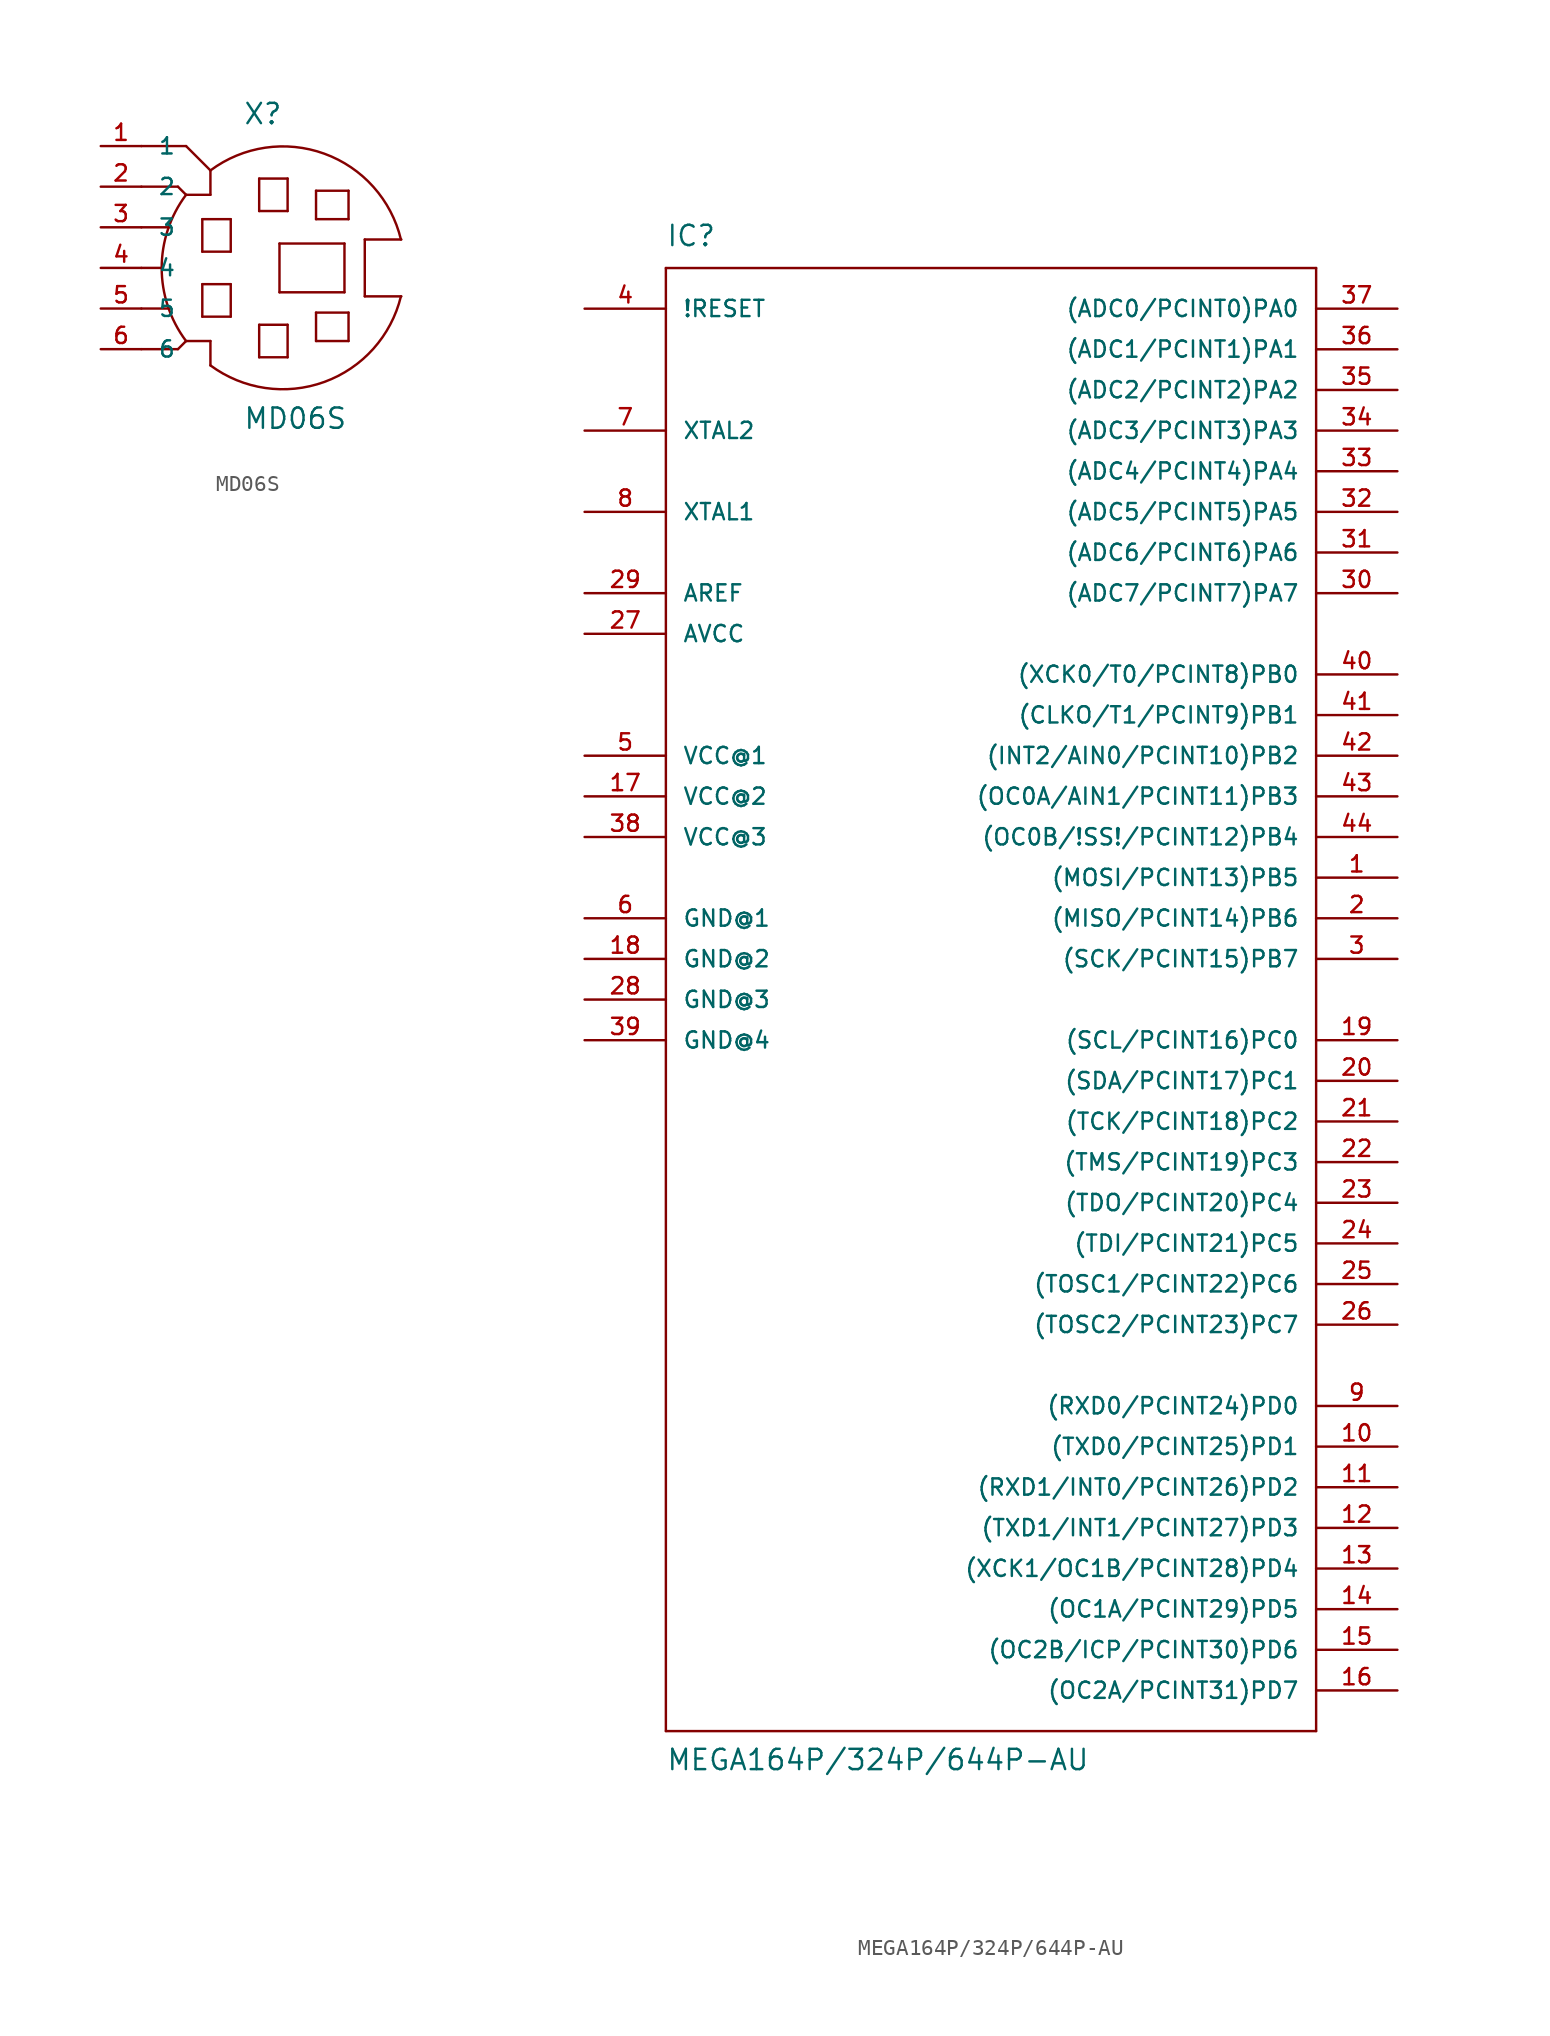
<source format=kicad_sym>
(kicad_symbol_lib
  (version 20220914)
  (generator kicad_symbol_editor)
  (symbol "MD06S"
    (pin_names
      (offset 1.016))
    (property "Reference" "X"
      (at -1.27 8.89 0)
      (effects (font (size 1.27 1.27)) (justify left bottom)))
    (property "Value" "MD06S"
      (at -1.27 -10.16 0)
      (effects (font (size 1.27 1.27)) (justify left bottom)))
    (property "Datasheet" ""
      (at 0 0 0)
      (effects (font (size 1.524 1.524))))
    (property "ki_locked" ""
      (at 0 0 0)
      (effects (font (size 1.27 1.27))))
    (symbol "MD06S_1_0"
      (polyline (pts (xy -7.62 -5.08) (xy -5.334 -5.08)) (stroke (width 0) (type solid)) (fill (type none)))
      (polyline (pts (xy -7.62 -2.54) (xy -5.842 -2.54)) (stroke (width 0) (type solid)) (fill (type none)))
      (polyline (pts (xy -7.62 0) (xy -6.35 0)) (stroke (width 0) (type solid)) (fill (type none)))
      (polyline (pts (xy -7.62 2.54) (xy -5.842 2.54)) (stroke (width 0) (type solid)) (fill (type none)))
      (polyline (pts (xy -7.62 5.08) (xy -5.334 5.08)) (stroke (width 0) (type solid)) (fill (type none)))
      (polyline (pts (xy -7.62 7.62) (xy -4.826 7.62)) (stroke (width 0) (type solid)) (fill (type none)))
      (polyline (pts (xy -5.334 -5.08) (xy -4.826 -4.572)) (stroke (width 0) (type solid)) (fill (type none)))
      (polyline (pts (xy -5.334 5.08) (xy -4.826 4.572)) (stroke (width 0) (type solid)) (fill (type none)))
      (polyline (pts (xy -4.826 -4.572) (xy -3.302 -4.572)) (stroke (width 0) (type solid)) (fill (type none)))
      (polyline (pts (xy -4.826 7.62) (xy -3.302 6.096)) (stroke (width 0) (type solid)) (fill (type none)))
      (polyline (pts (xy -3.81 -3.048) (xy -3.81 -1.016)) (stroke (width 0) (type solid)) (fill (type none)))
      (polyline (pts (xy -3.81 -1.016) (xy -2.032 -1.016)) (stroke (width 0) (type solid)) (fill (type none)))
      (polyline (pts (xy -3.81 1.016) (xy -3.81 3.048)) (stroke (width 0) (type solid)) (fill (type none)))
      (polyline (pts (xy -3.81 3.048) (xy -2.032 3.048)) (stroke (width 0) (type solid)) (fill (type none)))
      (polyline (pts (xy -3.302 -4.572) (xy -3.302 -6.096)) (stroke (width 0) (type solid)) (fill (type none)))
      (polyline (pts (xy -3.302 4.572) (xy -4.826 4.572)) (stroke (width 0) (type solid)) (fill (type none)))
      (polyline (pts (xy -3.302 6.096) (xy -3.302 4.572)) (stroke (width 0) (type solid)) (fill (type none)))
      (polyline (pts (xy -2.032 -3.048) (xy -3.81 -3.048)) (stroke (width 0) (type solid)) (fill (type none)))
      (polyline (pts (xy -2.032 -1.016) (xy -2.032 -3.048)) (stroke (width 0) (type solid)) (fill (type none)))
      (polyline (pts (xy -2.032 1.016) (xy -3.81 1.016)) (stroke (width 0) (type solid)) (fill (type none)))
      (polyline (pts (xy -2.032 3.048) (xy -2.032 1.016)) (stroke (width 0) (type solid)) (fill (type none)))
      (polyline (pts (xy -0.254 -5.588) (xy -0.254 -3.556)) (stroke (width 0) (type solid)) (fill (type none)))
      (polyline (pts (xy -0.254 -3.556) (xy 1.524 -3.556)) (stroke (width 0) (type solid)) (fill (type none)))
      (polyline (pts (xy -0.254 3.556) (xy -0.254 5.588)) (stroke (width 0) (type solid)) (fill (type none)))
      (polyline (pts (xy -0.254 5.588) (xy 1.524 5.588)) (stroke (width 0) (type solid)) (fill (type none)))
      (polyline (pts (xy 1.016 -1.524) (xy 1.016 1.524)) (stroke (width 0) (type solid)) (fill (type none)))
      (polyline (pts (xy 1.016 1.524) (xy 5.08 1.524)) (stroke (width 0) (type solid)) (fill (type none)))
      (polyline (pts (xy 1.524 -5.588) (xy -0.254 -5.588)) (stroke (width 0) (type solid)) (fill (type none)))
      (polyline (pts (xy 1.524 -3.556) (xy 1.524 -5.588)) (stroke (width 0) (type solid)) (fill (type none)))
      (polyline (pts (xy 1.524 3.556) (xy -0.254 3.556)) (stroke (width 0) (type solid)) (fill (type none)))
      (polyline (pts (xy 1.524 5.588) (xy 1.524 3.556)) (stroke (width 0) (type solid)) (fill (type none)))
      (polyline (pts (xy 3.302 -4.572) (xy 3.302 -2.794)) (stroke (width 0) (type solid)) (fill (type none)))
      (polyline (pts (xy 3.302 -2.794) (xy 5.334 -2.794)) (stroke (width 0) (type solid)) (fill (type none)))
      (polyline (pts (xy 3.302 3.048) (xy 3.302 4.826)) (stroke (width 0) (type solid)) (fill (type none)))
      (polyline (pts (xy 3.302 4.826) (xy 5.334 4.826)) (stroke (width 0) (type solid)) (fill (type none)))
      (polyline (pts (xy 5.08 -1.524) (xy 1.016 -1.524)) (stroke (width 0) (type solid)) (fill (type none)))
      (polyline (pts (xy 5.08 1.524) (xy 5.08 -1.524)) (stroke (width 0) (type solid)) (fill (type none)))
      (polyline (pts (xy 5.334 -4.572) (xy 3.302 -4.572)) (stroke (width 0) (type solid)) (fill (type none)))
      (polyline (pts (xy 5.334 -2.794) (xy 5.334 -4.572)) (stroke (width 0) (type solid)) (fill (type none)))
      (polyline (pts (xy 5.334 3.048) (xy 3.302 3.048)) (stroke (width 0) (type solid)) (fill (type none)))
      (polyline (pts (xy 5.334 4.826) (xy 5.334 3.048)) (stroke (width 0) (type solid)) (fill (type none)))
      (polyline (pts (xy 6.35 -1.778) (xy 6.35 1.778)) (stroke (width 0) (type solid)) (fill (type none)))
      (polyline (pts (xy 6.35 -1.778) (xy 8.636 -1.778)) (stroke (width 0) (type solid)) (fill (type none)))
      (polyline (pts (xy 6.35 1.778) (xy 8.636 1.778)) (stroke (width 0) (type solid)) (fill (type none))))
    (symbol "MD06S_1_1"
      (arc (start -4.826 4.572) (mid -6.35 0) (end -4.826 -4.572) (stroke (width 0) (type solid)) (fill (type none)))
      (arc (start -3.302 -6.096) (mid 3.8095 -7.1339) (end 8.6106 -1.778) (stroke (width 0) (type solid)) (fill (type none)))
      (arc (start 8.6106 1.778) (mid 3.8138 7.1458) (end -3.302 6.096) (stroke (width 0) (type solid)) (fill (type none)))
      (pin passive line (at -10.16 7.62 0) (length 2.54) (name "1" (effects (font (size 1.016 1.016)))) (number "1" (effects (font (size 1.016 1.016)))))
      (pin passive line (at -10.16 5.08 0) (length 2.54) (name "2" (effects (font (size 1.016 1.016)))) (number "2" (effects (font (size 1.016 1.016)))))
      (pin passive line (at -10.16 2.54 0) (length 2.54) (name "3" (effects (font (size 1.016 1.016)))) (number "3" (effects (font (size 1.016 1.016)))))
      (pin passive line (at -10.16 0 0) (length 2.54) (name "4" (effects (font (size 1.016 1.016)))) (number "4" (effects (font (size 1.016 1.016)))))
      (pin passive line (at -10.16 -2.54 0) (length 2.54) (name "5" (effects (font (size 1.016 1.016)))) (number "5" (effects (font (size 1.016 1.016)))))
      (pin passive line (at -10.16 -5.08 0) (length 2.54) (name "6" (effects (font (size 1.016 1.016)))) (number "6" (effects (font (size 1.016 1.016)))))))
  (symbol "MEGA164P/324P/644P-AU"
    (pin_names
      (offset 1.016))
    (property "Reference" "IC"
      (at -20.32 46.99 0)
      (effects (font (size 1.27 1.27)) (justify left bottom)))
    (property "Value" "MEGA164P/324P/644P-AU"
      (at -20.32 -48.26 0)
      (effects (font (size 1.27 1.27)) (justify left bottom)))
    (property "Footprint" ""
      (at 0 0 0)
      (effects (font (size 1.524 1.524))))
    (property "Datasheet" ""
      (at 0 0 0)
      (effects (font (size 1.524 1.524))))
    (property "ki_locked" ""
      (at 0 0 0)
      (effects (font (size 1.27 1.27))))
    (symbol "MEGA164P/324P/644P-AU_1_0"
      (polyline (pts (xy -20.32 -45.72) (xy -20.32 45.72)) (stroke (width 0) (type solid)) (fill (type none)))
      (polyline (pts (xy -20.32 45.72) (xy 20.32 45.72)) (stroke (width 0) (type solid)) (fill (type none)))
      (polyline (pts (xy 20.32 -45.72) (xy -20.32 -45.72)) (stroke (width 0) (type solid)) (fill (type none)))
      (polyline (pts (xy 20.32 45.72) (xy 20.32 -45.72)) (stroke (width 0) (type solid)) (fill (type none))))
    (symbol "MEGA164P/324P/644P-AU_1_1"
      (pin bidirectional line (at 25.4 7.62 180) (length 5.08) (name "(MOSI/PCINT13)PB5" (effects (font (size 1.016 1.016)))) (number "1" (effects (font (size 1.016 1.016)))))
      (pin bidirectional line (at 25.4 -27.94 180) (length 5.08) (name "(TXD0/PCINT25)PD1" (effects (font (size 1.016 1.016)))) (number "10" (effects (font (size 1.016 1.016)))))
      (pin bidirectional line (at 25.4 -30.48 180) (length 5.08) (name "(RXD1/INT0/PCINT26)PD2" (effects (font (size 1.016 1.016)))) (number "11" (effects (font (size 1.016 1.016)))))
      (pin bidirectional line (at 25.4 -33.02 180) (length 5.08) (name "(TXD1/INT1/PCINT27)PD3" (effects (font (size 1.016 1.016)))) (number "12" (effects (font (size 1.016 1.016)))))
      (pin bidirectional line (at 25.4 -35.56 180) (length 5.08) (name "(XCK1/OC1B/PCINT28)PD4" (effects (font (size 1.016 1.016)))) (number "13" (effects (font (size 1.016 1.016)))))
      (pin bidirectional line (at 25.4 -38.1 180) (length 5.08) (name "(OC1A/PCINT29)PD5" (effects (font (size 1.016 1.016)))) (number "14" (effects (font (size 1.016 1.016)))))
      (pin bidirectional line (at 25.4 -40.64 180) (length 5.08) (name "(OC2B/ICP/PCINT30)PD6" (effects (font (size 1.016 1.016)))) (number "15" (effects (font (size 1.016 1.016)))))
      (pin bidirectional line (at 25.4 -43.18 180) (length 5.08) (name "(OC2A/PCINT31)PD7" (effects (font (size 1.016 1.016)))) (number "16" (effects (font (size 1.016 1.016)))))
      (pin power_in line (at -25.4 12.7 0) (length 5.08) (name "VCC@2" (effects (font (size 1.016 1.016)))) (number "17" (effects (font (size 1.016 1.016)))))
      (pin power_in line (at -25.4 2.54 0) (length 5.08) (name "GND@2" (effects (font (size 1.016 1.016)))) (number "18" (effects (font (size 1.016 1.016)))))
      (pin bidirectional line (at 25.4 -2.54 180) (length 5.08) (name "(SCL/PCINT16)PC0" (effects (font (size 1.016 1.016)))) (number "19" (effects (font (size 1.016 1.016)))))
      (pin bidirectional line (at 25.4 5.08 180) (length 5.08) (name "(MISO/PCINT14)PB6" (effects (font (size 1.016 1.016)))) (number "2" (effects (font (size 1.016 1.016)))))
      (pin bidirectional line (at 25.4 -5.08 180) (length 5.08) (name "(SDA/PCINT17)PC1" (effects (font (size 1.016 1.016)))) (number "20" (effects (font (size 1.016 1.016)))))
      (pin bidirectional line (at 25.4 -7.62 180) (length 5.08) (name "(TCK/PCINT18)PC2" (effects (font (size 1.016 1.016)))) (number "21" (effects (font (size 1.016 1.016)))))
      (pin bidirectional line (at 25.4 -10.16 180) (length 5.08) (name "(TMS/PCINT19)PC3" (effects (font (size 1.016 1.016)))) (number "22" (effects (font (size 1.016 1.016)))))
      (pin bidirectional line (at 25.4 -12.7 180) (length 5.08) (name "(TDO/PCINT20)PC4" (effects (font (size 1.016 1.016)))) (number "23" (effects (font (size 1.016 1.016)))))
      (pin bidirectional line (at 25.4 -15.24 180) (length 5.08) (name "(TDI/PCINT21)PC5" (effects (font (size 1.016 1.016)))) (number "24" (effects (font (size 1.016 1.016)))))
      (pin bidirectional line (at 25.4 -17.78 180) (length 5.08) (name "(TOSC1/PCINT22)PC6" (effects (font (size 1.016 1.016)))) (number "25" (effects (font (size 1.016 1.016)))))
      (pin bidirectional line (at 25.4 -20.32 180) (length 5.08) (name "(TOSC2/PCINT23)PC7" (effects (font (size 1.016 1.016)))) (number "26" (effects (font (size 1.016 1.016)))))
      (pin power_in line (at -25.4 22.86 0) (length 5.08) (name "AVCC" (effects (font (size 1.016 1.016)))) (number "27" (effects (font (size 1.016 1.016)))))
      (pin power_in line (at -25.4 0 0) (length 5.08) (name "GND@3" (effects (font (size 1.016 1.016)))) (number "28" (effects (font (size 1.016 1.016)))))
      (pin power_in line (at -25.4 25.4 0) (length 5.08) (name "AREF" (effects (font (size 1.016 1.016)))) (number "29" (effects (font (size 1.016 1.016)))))
      (pin bidirectional line (at 25.4 2.54 180) (length 5.08) (name "(SCK/PCINT15)PB7" (effects (font (size 1.016 1.016)))) (number "3" (effects (font (size 1.016 1.016)))))
      (pin bidirectional line (at 25.4 25.4 180) (length 5.08) (name "(ADC7/PCINT7)PA7" (effects (font (size 1.016 1.016)))) (number "30" (effects (font (size 1.016 1.016)))))
      (pin bidirectional line (at 25.4 27.94 180) (length 5.08) (name "(ADC6/PCINT6)PA6" (effects (font (size 1.016 1.016)))) (number "31" (effects (font (size 1.016 1.016)))))
      (pin bidirectional line (at 25.4 30.48 180) (length 5.08) (name "(ADC5/PCINT5)PA5" (effects (font (size 1.016 1.016)))) (number "32" (effects (font (size 1.016 1.016)))))
      (pin bidirectional line (at 25.4 33.02 180) (length 5.08) (name "(ADC4/PCINT4)PA4" (effects (font (size 1.016 1.016)))) (number "33" (effects (font (size 1.016 1.016)))))
      (pin bidirectional line (at 25.4 35.56 180) (length 5.08) (name "(ADC3/PCINT3)PA3" (effects (font (size 1.016 1.016)))) (number "34" (effects (font (size 1.016 1.016)))))
      (pin bidirectional line (at 25.4 38.1 180) (length 5.08) (name "(ADC2/PCINT2)PA2" (effects (font (size 1.016 1.016)))) (number "35" (effects (font (size 1.016 1.016)))))
      (pin bidirectional line (at 25.4 40.64 180) (length 5.08) (name "(ADC1/PCINT1)PA1" (effects (font (size 1.016 1.016)))) (number "36" (effects (font (size 1.016 1.016)))))
      (pin bidirectional line (at 25.4 43.18 180) (length 5.08) (name "(ADC0/PCINT0)PA0" (effects (font (size 1.016 1.016)))) (number "37" (effects (font (size 1.016 1.016)))))
      (pin power_in line (at -25.4 10.16 0) (length 5.08) (name "VCC@3" (effects (font (size 1.016 1.016)))) (number "38" (effects (font (size 1.016 1.016)))))
      (pin power_in line (at -25.4 -2.54 0) (length 5.08) (name "GND@4" (effects (font (size 1.016 1.016)))) (number "39" (effects (font (size 1.016 1.016)))))
      (pin input line (at -25.4 43.18 0) (length 5.08) (name "!RESET" (effects (font (size 1.016 1.016)))) (number "4" (effects (font (size 1.016 1.016)))))
      (pin bidirectional line (at 25.4 20.32 180) (length 5.08) (name "(XCK0/T0/PCINT8)PB0" (effects (font (size 1.016 1.016)))) (number "40" (effects (font (size 1.016 1.016)))))
      (pin bidirectional line (at 25.4 17.78 180) (length 5.08) (name "(CLKO/T1/PCINT9)PB1" (effects (font (size 1.016 1.016)))) (number "41" (effects (font (size 1.016 1.016)))))
      (pin bidirectional line (at 25.4 15.24 180) (length 5.08) (name "(INT2/AIN0/PCINT10)PB2" (effects (font (size 1.016 1.016)))) (number "42" (effects (font (size 1.016 1.016)))))
      (pin bidirectional line (at 25.4 12.7 180) (length 5.08) (name "(OC0A/AIN1/PCINT11)PB3" (effects (font (size 1.016 1.016)))) (number "43" (effects (font (size 1.016 1.016)))))
      (pin bidirectional line (at 25.4 10.16 180) (length 5.08) (name "(OC0B/!SS!/PCINT12)PB4" (effects (font (size 1.016 1.016)))) (number "44" (effects (font (size 1.016 1.016)))))
      (pin power_in line (at -25.4 15.24 0) (length 5.08) (name "VCC@1" (effects (font (size 1.016 1.016)))) (number "5" (effects (font (size 1.016 1.016)))))
      (pin power_in line (at -25.4 5.08 0) (length 5.08) (name "GND@1" (effects (font (size 1.016 1.016)))) (number "6" (effects (font (size 1.016 1.016)))))
      (pin output line (at -25.4 35.56 0) (length 5.08) (name "XTAL2" (effects (font (size 1.016 1.016)))) (number "7" (effects (font (size 1.016 1.016)))))
      (pin input line (at -25.4 30.48 0) (length 5.08) (name "XTAL1" (effects (font (size 1.016 1.016)))) (number "8" (effects (font (size 1.016 1.016)))))
      (pin bidirectional line (at 25.4 -25.4 180) (length 5.08) (name "(RXD0/PCINT24)PD0" (effects (font (size 1.016 1.016)))) (number "9" (effects (font (size 1.016 1.016))))))))
</source>
